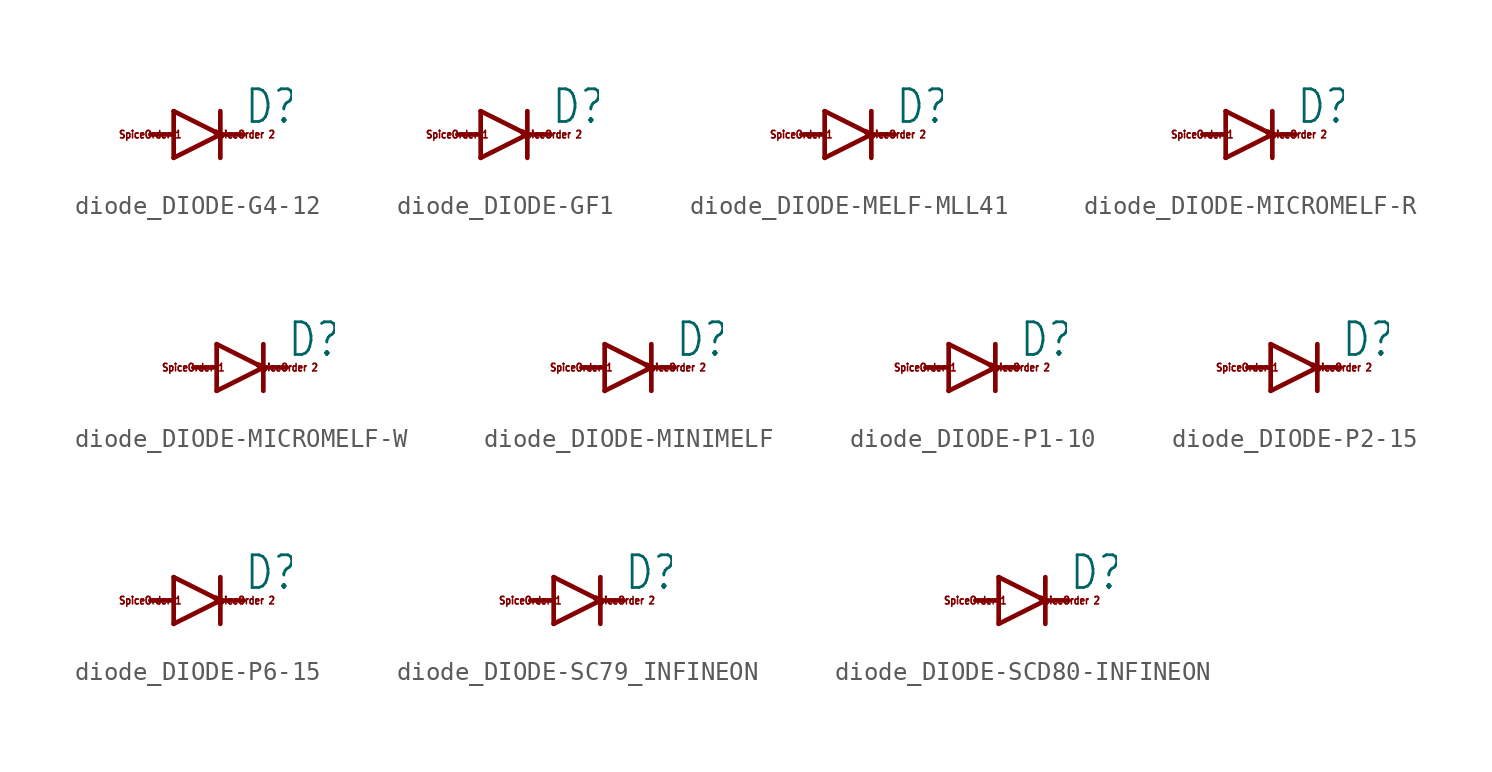
<source format=kicad_sym>
(kicad_symbol_lib
  (version 20231120)
  (generator "kicad_symbol_editor")
  (generator_version "8.0")
  (symbol "diode_DIODE-G4-12"
    (property "Reference" "D"
      (at 2.54 0.483 0)
      (effects (font (size 1.778 1.511)) (justify left bottom)))
    (property "Value" ""
      (at 2.54 -2.311 0)
      (effects (font (size 1.778 1.511)) (justify left bottom)))
    (property "ki_locked" ""
      (at 0 0 0)
      (effects (font (size 1.27 1.27))))
    (symbol "diode_DIODE-G4-12_1_0"
      (polyline (pts (xy -1.27 -1.27) (xy 1.27 0)) (stroke (width 0.254) (type solid)) (fill (type none)))
      (polyline (pts (xy -1.27 0) (xy -2.54 0)) (stroke (width 0.254) (type solid)) (fill (type none)))
      (polyline (pts (xy -1.27 0) (xy -1.27 -1.27)) (stroke (width 0.254) (type solid)) (fill (type none)))
      (polyline (pts (xy -1.27 1.27) (xy -1.27 0)) (stroke (width 0.254) (type solid)) (fill (type none)))
      (polyline (pts (xy 1.27 0) (xy -1.27 1.27)) (stroke (width 0.254) (type solid)) (fill (type none)))
      (polyline (pts (xy 1.27 0) (xy 1.27 -1.27)) (stroke (width 0.254) (type solid)) (fill (type none)))
      (polyline (pts (xy 1.27 1.27) (xy 1.27 0)) (stroke (width 0.254) (type solid)) (fill (type none)))
      (polyline (pts (xy 2.54 0) (xy 1.27 0)) (stroke (width 0.254) (type solid)) (fill (type none)))
      (text "SpiceOrder 1" (at -2.54 0 0) (effects (font (size 0.406 0.345))))
      (text "SpiceOrder 2" (at 2.54 0 0) (effects (font (size 0.406 0.345))))
      (pin passive line (at -2.54 0 0) (length 0) (name "A" (effects (font (size 0 0)))) (number "A" (effects (font (size 0 0)))))
      (pin passive line (at 2.54 0 180) (length 0) (name "C" (effects (font (size 0 0)))) (number "C" (effects (font (size 0 0)))))))
  (symbol "diode_DIODE-GF1"
    (property "Reference" "D"
      (at 2.54 0.483 0)
      (effects (font (size 1.778 1.511)) (justify left bottom)))
    (property "Value" ""
      (at 2.54 -2.311 0)
      (effects (font (size 1.778 1.511)) (justify left bottom)))
    (property "ki_locked" ""
      (at 0 0 0)
      (effects (font (size 1.27 1.27))))
    (symbol "diode_DIODE-GF1_1_0"
      (polyline (pts (xy -1.27 -1.27) (xy 1.27 0)) (stroke (width 0.254) (type solid)) (fill (type none)))
      (polyline (pts (xy -1.27 0) (xy -2.54 0)) (stroke (width 0.254) (type solid)) (fill (type none)))
      (polyline (pts (xy -1.27 0) (xy -1.27 -1.27)) (stroke (width 0.254) (type solid)) (fill (type none)))
      (polyline (pts (xy -1.27 1.27) (xy -1.27 0)) (stroke (width 0.254) (type solid)) (fill (type none)))
      (polyline (pts (xy 1.27 0) (xy -1.27 1.27)) (stroke (width 0.254) (type solid)) (fill (type none)))
      (polyline (pts (xy 1.27 0) (xy 1.27 -1.27)) (stroke (width 0.254) (type solid)) (fill (type none)))
      (polyline (pts (xy 1.27 1.27) (xy 1.27 0)) (stroke (width 0.254) (type solid)) (fill (type none)))
      (polyline (pts (xy 2.54 0) (xy 1.27 0)) (stroke (width 0.254) (type solid)) (fill (type none)))
      (text "SpiceOrder 1" (at -2.54 0 0) (effects (font (size 0.406 0.345))))
      (text "SpiceOrder 2" (at 2.54 0 0) (effects (font (size 0.406 0.345))))
      (pin passive line (at -2.54 0 0) (length 0) (name "A" (effects (font (size 0 0)))) (number "A" (effects (font (size 0 0)))))
      (pin passive line (at 2.54 0 180) (length 0) (name "C" (effects (font (size 0 0)))) (number "C" (effects (font (size 0 0)))))))
  (symbol "diode_DIODE-MELF-MLL41"
    (property "Reference" "D"
      (at 2.54 0.483 0)
      (effects (font (size 1.778 1.511)) (justify left bottom)))
    (property "Value" ""
      (at 2.54 -2.311 0)
      (effects (font (size 1.778 1.511)) (justify left bottom)))
    (property "ki_locked" ""
      (at 0 0 0)
      (effects (font (size 1.27 1.27))))
    (symbol "diode_DIODE-MELF-MLL41_1_0"
      (polyline (pts (xy -1.27 -1.27) (xy 1.27 0)) (stroke (width 0.254) (type solid)) (fill (type none)))
      (polyline (pts (xy -1.27 0) (xy -2.54 0)) (stroke (width 0.254) (type solid)) (fill (type none)))
      (polyline (pts (xy -1.27 0) (xy -1.27 -1.27)) (stroke (width 0.254) (type solid)) (fill (type none)))
      (polyline (pts (xy -1.27 1.27) (xy -1.27 0)) (stroke (width 0.254) (type solid)) (fill (type none)))
      (polyline (pts (xy 1.27 0) (xy -1.27 1.27)) (stroke (width 0.254) (type solid)) (fill (type none)))
      (polyline (pts (xy 1.27 0) (xy 1.27 -1.27)) (stroke (width 0.254) (type solid)) (fill (type none)))
      (polyline (pts (xy 1.27 1.27) (xy 1.27 0)) (stroke (width 0.254) (type solid)) (fill (type none)))
      (polyline (pts (xy 2.54 0) (xy 1.27 0)) (stroke (width 0.254) (type solid)) (fill (type none)))
      (text "SpiceOrder 1" (at -2.54 0 0) (effects (font (size 0.406 0.345))))
      (text "SpiceOrder 2" (at 2.54 0 0) (effects (font (size 0.406 0.345))))
      (pin passive line (at -2.54 0 0) (length 0) (name "A" (effects (font (size 0 0)))) (number "A" (effects (font (size 0 0)))))
      (pin passive line (at 2.54 0 180) (length 0) (name "C" (effects (font (size 0 0)))) (number "C" (effects (font (size 0 0)))))))
  (symbol "diode_DIODE-MICROMELF-R"
    (property "Reference" "D"
      (at 2.54 0.483 0)
      (effects (font (size 1.778 1.511)) (justify left bottom)))
    (property "Value" ""
      (at 2.54 -2.311 0)
      (effects (font (size 1.778 1.511)) (justify left bottom)))
    (property "ki_locked" ""
      (at 0 0 0)
      (effects (font (size 1.27 1.27))))
    (symbol "diode_DIODE-MICROMELF-R_1_0"
      (polyline (pts (xy -1.27 -1.27) (xy 1.27 0)) (stroke (width 0.254) (type solid)) (fill (type none)))
      (polyline (pts (xy -1.27 0) (xy -2.54 0)) (stroke (width 0.254) (type solid)) (fill (type none)))
      (polyline (pts (xy -1.27 0) (xy -1.27 -1.27)) (stroke (width 0.254) (type solid)) (fill (type none)))
      (polyline (pts (xy -1.27 1.27) (xy -1.27 0)) (stroke (width 0.254) (type solid)) (fill (type none)))
      (polyline (pts (xy 1.27 0) (xy -1.27 1.27)) (stroke (width 0.254) (type solid)) (fill (type none)))
      (polyline (pts (xy 1.27 0) (xy 1.27 -1.27)) (stroke (width 0.254) (type solid)) (fill (type none)))
      (polyline (pts (xy 1.27 1.27) (xy 1.27 0)) (stroke (width 0.254) (type solid)) (fill (type none)))
      (polyline (pts (xy 2.54 0) (xy 1.27 0)) (stroke (width 0.254) (type solid)) (fill (type none)))
      (text "SpiceOrder 1" (at -2.54 0 0) (effects (font (size 0.406 0.345))))
      (text "SpiceOrder 2" (at 2.54 0 0) (effects (font (size 0.406 0.345))))
      (pin passive line (at -2.54 0 0) (length 0) (name "A" (effects (font (size 0 0)))) (number "A" (effects (font (size 0 0)))))
      (pin passive line (at 2.54 0 180) (length 0) (name "C" (effects (font (size 0 0)))) (number "C" (effects (font (size 0 0)))))))
  (symbol "diode_DIODE-MICROMELF-W"
    (property "Reference" "D"
      (at 2.54 0.483 0)
      (effects (font (size 1.778 1.511)) (justify left bottom)))
    (property "Value" ""
      (at 2.54 -2.311 0)
      (effects (font (size 1.778 1.511)) (justify left bottom)))
    (property "ki_locked" ""
      (at 0 0 0)
      (effects (font (size 1.27 1.27))))
    (symbol "diode_DIODE-MICROMELF-W_1_0"
      (polyline (pts (xy -1.27 -1.27) (xy 1.27 0)) (stroke (width 0.254) (type solid)) (fill (type none)))
      (polyline (pts (xy -1.27 0) (xy -2.54 0)) (stroke (width 0.254) (type solid)) (fill (type none)))
      (polyline (pts (xy -1.27 0) (xy -1.27 -1.27)) (stroke (width 0.254) (type solid)) (fill (type none)))
      (polyline (pts (xy -1.27 1.27) (xy -1.27 0)) (stroke (width 0.254) (type solid)) (fill (type none)))
      (polyline (pts (xy 1.27 0) (xy -1.27 1.27)) (stroke (width 0.254) (type solid)) (fill (type none)))
      (polyline (pts (xy 1.27 0) (xy 1.27 -1.27)) (stroke (width 0.254) (type solid)) (fill (type none)))
      (polyline (pts (xy 1.27 1.27) (xy 1.27 0)) (stroke (width 0.254) (type solid)) (fill (type none)))
      (polyline (pts (xy 2.54 0) (xy 1.27 0)) (stroke (width 0.254) (type solid)) (fill (type none)))
      (text "SpiceOrder 1" (at -2.54 0 0) (effects (font (size 0.406 0.345))))
      (text "SpiceOrder 2" (at 2.54 0 0) (effects (font (size 0.406 0.345))))
      (pin passive line (at -2.54 0 0) (length 0) (name "A" (effects (font (size 0 0)))) (number "A" (effects (font (size 0 0)))))
      (pin passive line (at 2.54 0 180) (length 0) (name "C" (effects (font (size 0 0)))) (number "C" (effects (font (size 0 0)))))))
  (symbol "diode_DIODE-MINIMELF"
    (property "Reference" "D"
      (at 2.54 0.483 0)
      (effects (font (size 1.778 1.511)) (justify left bottom)))
    (property "Value" ""
      (at 2.54 -2.311 0)
      (effects (font (size 1.778 1.511)) (justify left bottom)))
    (property "ki_locked" ""
      (at 0 0 0)
      (effects (font (size 1.27 1.27))))
    (symbol "diode_DIODE-MINIMELF_1_0"
      (polyline (pts (xy -1.27 -1.27) (xy 1.27 0)) (stroke (width 0.254) (type solid)) (fill (type none)))
      (polyline (pts (xy -1.27 0) (xy -2.54 0)) (stroke (width 0.254) (type solid)) (fill (type none)))
      (polyline (pts (xy -1.27 0) (xy -1.27 -1.27)) (stroke (width 0.254) (type solid)) (fill (type none)))
      (polyline (pts (xy -1.27 1.27) (xy -1.27 0)) (stroke (width 0.254) (type solid)) (fill (type none)))
      (polyline (pts (xy 1.27 0) (xy -1.27 1.27)) (stroke (width 0.254) (type solid)) (fill (type none)))
      (polyline (pts (xy 1.27 0) (xy 1.27 -1.27)) (stroke (width 0.254) (type solid)) (fill (type none)))
      (polyline (pts (xy 1.27 1.27) (xy 1.27 0)) (stroke (width 0.254) (type solid)) (fill (type none)))
      (polyline (pts (xy 2.54 0) (xy 1.27 0)) (stroke (width 0.254) (type solid)) (fill (type none)))
      (text "SpiceOrder 1" (at -2.54 0 0) (effects (font (size 0.406 0.345))))
      (text "SpiceOrder 2" (at 2.54 0 0) (effects (font (size 0.406 0.345))))
      (pin passive line (at -2.54 0 0) (length 0) (name "A" (effects (font (size 0 0)))) (number "A" (effects (font (size 0 0)))))
      (pin passive line (at 2.54 0 180) (length 0) (name "C" (effects (font (size 0 0)))) (number "C" (effects (font (size 0 0)))))))
  (symbol "diode_DIODE-P1-10"
    (property "Reference" "D"
      (at 2.54 0.483 0)
      (effects (font (size 1.778 1.511)) (justify left bottom)))
    (property "Value" ""
      (at 2.54 -2.311 0)
      (effects (font (size 1.778 1.511)) (justify left bottom)))
    (property "ki_locked" ""
      (at 0 0 0)
      (effects (font (size 1.27 1.27))))
    (symbol "diode_DIODE-P1-10_1_0"
      (polyline (pts (xy -1.27 -1.27) (xy 1.27 0)) (stroke (width 0.254) (type solid)) (fill (type none)))
      (polyline (pts (xy -1.27 0) (xy -2.54 0)) (stroke (width 0.254) (type solid)) (fill (type none)))
      (polyline (pts (xy -1.27 0) (xy -1.27 -1.27)) (stroke (width 0.254) (type solid)) (fill (type none)))
      (polyline (pts (xy -1.27 1.27) (xy -1.27 0)) (stroke (width 0.254) (type solid)) (fill (type none)))
      (polyline (pts (xy 1.27 0) (xy -1.27 1.27)) (stroke (width 0.254) (type solid)) (fill (type none)))
      (polyline (pts (xy 1.27 0) (xy 1.27 -1.27)) (stroke (width 0.254) (type solid)) (fill (type none)))
      (polyline (pts (xy 1.27 1.27) (xy 1.27 0)) (stroke (width 0.254) (type solid)) (fill (type none)))
      (polyline (pts (xy 2.54 0) (xy 1.27 0)) (stroke (width 0.254) (type solid)) (fill (type none)))
      (text "SpiceOrder 1" (at -2.54 0 0) (effects (font (size 0.406 0.345))))
      (text "SpiceOrder 2" (at 2.54 0 0) (effects (font (size 0.406 0.345))))
      (pin passive line (at -2.54 0 0) (length 0) (name "A" (effects (font (size 0 0)))) (number "A" (effects (font (size 0 0)))))
      (pin passive line (at 2.54 0 180) (length 0) (name "C" (effects (font (size 0 0)))) (number "C" (effects (font (size 0 0)))))))
  (symbol "diode_DIODE-P2-15"
    (property "Reference" "D"
      (at 2.54 0.483 0)
      (effects (font (size 1.778 1.511)) (justify left bottom)))
    (property "Value" ""
      (at 2.54 -2.311 0)
      (effects (font (size 1.778 1.511)) (justify left bottom)))
    (property "ki_locked" ""
      (at 0 0 0)
      (effects (font (size 1.27 1.27))))
    (symbol "diode_DIODE-P2-15_1_0"
      (polyline (pts (xy -1.27 -1.27) (xy 1.27 0)) (stroke (width 0.254) (type solid)) (fill (type none)))
      (polyline (pts (xy -1.27 0) (xy -2.54 0)) (stroke (width 0.254) (type solid)) (fill (type none)))
      (polyline (pts (xy -1.27 0) (xy -1.27 -1.27)) (stroke (width 0.254) (type solid)) (fill (type none)))
      (polyline (pts (xy -1.27 1.27) (xy -1.27 0)) (stroke (width 0.254) (type solid)) (fill (type none)))
      (polyline (pts (xy 1.27 0) (xy -1.27 1.27)) (stroke (width 0.254) (type solid)) (fill (type none)))
      (polyline (pts (xy 1.27 0) (xy 1.27 -1.27)) (stroke (width 0.254) (type solid)) (fill (type none)))
      (polyline (pts (xy 1.27 1.27) (xy 1.27 0)) (stroke (width 0.254) (type solid)) (fill (type none)))
      (polyline (pts (xy 2.54 0) (xy 1.27 0)) (stroke (width 0.254) (type solid)) (fill (type none)))
      (text "SpiceOrder 1" (at -2.54 0 0) (effects (font (size 0.406 0.345))))
      (text "SpiceOrder 2" (at 2.54 0 0) (effects (font (size 0.406 0.345))))
      (pin passive line (at -2.54 0 0) (length 0) (name "A" (effects (font (size 0 0)))) (number "A" (effects (font (size 0 0)))))
      (pin passive line (at 2.54 0 180) (length 0) (name "C" (effects (font (size 0 0)))) (number "C" (effects (font (size 0 0)))))))
  (symbol "diode_DIODE-P6-15"
    (property "Reference" "D"
      (at 2.54 0.483 0)
      (effects (font (size 1.778 1.511)) (justify left bottom)))
    (property "Value" ""
      (at 2.54 -2.311 0)
      (effects (font (size 1.778 1.511)) (justify left bottom)))
    (property "ki_locked" ""
      (at 0 0 0)
      (effects (font (size 1.27 1.27))))
    (symbol "diode_DIODE-P6-15_1_0"
      (polyline (pts (xy -1.27 -1.27) (xy 1.27 0)) (stroke (width 0.254) (type solid)) (fill (type none)))
      (polyline (pts (xy -1.27 0) (xy -2.54 0)) (stroke (width 0.254) (type solid)) (fill (type none)))
      (polyline (pts (xy -1.27 0) (xy -1.27 -1.27)) (stroke (width 0.254) (type solid)) (fill (type none)))
      (polyline (pts (xy -1.27 1.27) (xy -1.27 0)) (stroke (width 0.254) (type solid)) (fill (type none)))
      (polyline (pts (xy 1.27 0) (xy -1.27 1.27)) (stroke (width 0.254) (type solid)) (fill (type none)))
      (polyline (pts (xy 1.27 0) (xy 1.27 -1.27)) (stroke (width 0.254) (type solid)) (fill (type none)))
      (polyline (pts (xy 1.27 1.27) (xy 1.27 0)) (stroke (width 0.254) (type solid)) (fill (type none)))
      (polyline (pts (xy 2.54 0) (xy 1.27 0)) (stroke (width 0.254) (type solid)) (fill (type none)))
      (text "SpiceOrder 1" (at -2.54 0 0) (effects (font (size 0.406 0.345))))
      (text "SpiceOrder 2" (at 2.54 0 0) (effects (font (size 0.406 0.345))))
      (pin passive line (at -2.54 0 0) (length 0) (name "A" (effects (font (size 0 0)))) (number "A" (effects (font (size 0 0)))))
      (pin passive line (at 2.54 0 180) (length 0) (name "C" (effects (font (size 0 0)))) (number "C" (effects (font (size 0 0)))))))
  (symbol "diode_DIODE-SC79_INFINEON"
    (property "Reference" "D"
      (at 2.54 0.483 0)
      (effects (font (size 1.778 1.511)) (justify left bottom)))
    (property "Value" ""
      (at 2.54 -2.311 0)
      (effects (font (size 1.778 1.511)) (justify left bottom)))
    (property "ki_locked" ""
      (at 0 0 0)
      (effects (font (size 1.27 1.27))))
    (symbol "diode_DIODE-SC79_INFINEON_1_0"
      (polyline (pts (xy -1.27 -1.27) (xy 1.27 0)) (stroke (width 0.254) (type solid)) (fill (type none)))
      (polyline (pts (xy -1.27 0) (xy -2.54 0)) (stroke (width 0.254) (type solid)) (fill (type none)))
      (polyline (pts (xy -1.27 0) (xy -1.27 -1.27)) (stroke (width 0.254) (type solid)) (fill (type none)))
      (polyline (pts (xy -1.27 1.27) (xy -1.27 0)) (stroke (width 0.254) (type solid)) (fill (type none)))
      (polyline (pts (xy 1.27 0) (xy -1.27 1.27)) (stroke (width 0.254) (type solid)) (fill (type none)))
      (polyline (pts (xy 1.27 0) (xy 1.27 -1.27)) (stroke (width 0.254) (type solid)) (fill (type none)))
      (polyline (pts (xy 1.27 1.27) (xy 1.27 0)) (stroke (width 0.254) (type solid)) (fill (type none)))
      (polyline (pts (xy 2.54 0) (xy 1.27 0)) (stroke (width 0.254) (type solid)) (fill (type none)))
      (text "SpiceOrder 1" (at -2.54 0 0) (effects (font (size 0.406 0.345))))
      (text "SpiceOrder 2" (at 2.54 0 0) (effects (font (size 0.406 0.345))))
      (pin passive line (at -2.54 0 0) (length 0) (name "A" (effects (font (size 0 0)))) (number "A" (effects (font (size 0 0)))))
      (pin passive line (at 2.54 0 180) (length 0) (name "C" (effects (font (size 0 0)))) (number "C" (effects (font (size 0 0)))))))
  (symbol "diode_DIODE-SCD80-INFINEON"
    (property "Reference" "D"
      (at 2.54 0.483 0)
      (effects (font (size 1.778 1.511)) (justify left bottom)))
    (property "Value" ""
      (at 2.54 -2.311 0)
      (effects (font (size 1.778 1.511)) (justify left bottom)))
    (property "ki_locked" ""
      (at 0 0 0)
      (effects (font (size 1.27 1.27))))
    (symbol "diode_DIODE-SCD80-INFINEON_1_0"
      (polyline (pts (xy -1.27 -1.27) (xy 1.27 0)) (stroke (width 0.254) (type solid)) (fill (type none)))
      (polyline (pts (xy -1.27 0) (xy -2.54 0)) (stroke (width 0.254) (type solid)) (fill (type none)))
      (polyline (pts (xy -1.27 0) (xy -1.27 -1.27)) (stroke (width 0.254) (type solid)) (fill (type none)))
      (polyline (pts (xy -1.27 1.27) (xy -1.27 0)) (stroke (width 0.254) (type solid)) (fill (type none)))
      (polyline (pts (xy 1.27 0) (xy -1.27 1.27)) (stroke (width 0.254) (type solid)) (fill (type none)))
      (polyline (pts (xy 1.27 0) (xy 1.27 -1.27)) (stroke (width 0.254) (type solid)) (fill (type none)))
      (polyline (pts (xy 1.27 1.27) (xy 1.27 0)) (stroke (width 0.254) (type solid)) (fill (type none)))
      (polyline (pts (xy 2.54 0) (xy 1.27 0)) (stroke (width 0.254) (type solid)) (fill (type none)))
      (text "SpiceOrder 1" (at -2.54 0 0) (effects (font (size 0.406 0.345))))
      (text "SpiceOrder 2" (at 2.54 0 0) (effects (font (size 0.406 0.345))))
      (pin passive line (at -2.54 0 0) (length 0) (name "A" (effects (font (size 0 0)))) (number "A" (effects (font (size 0 0)))))
      (pin passive line (at 2.54 0 180) (length 0) (name "C" (effects (font (size 0 0)))) (number "C" (effects (font (size 0 0))))))))
</source>
